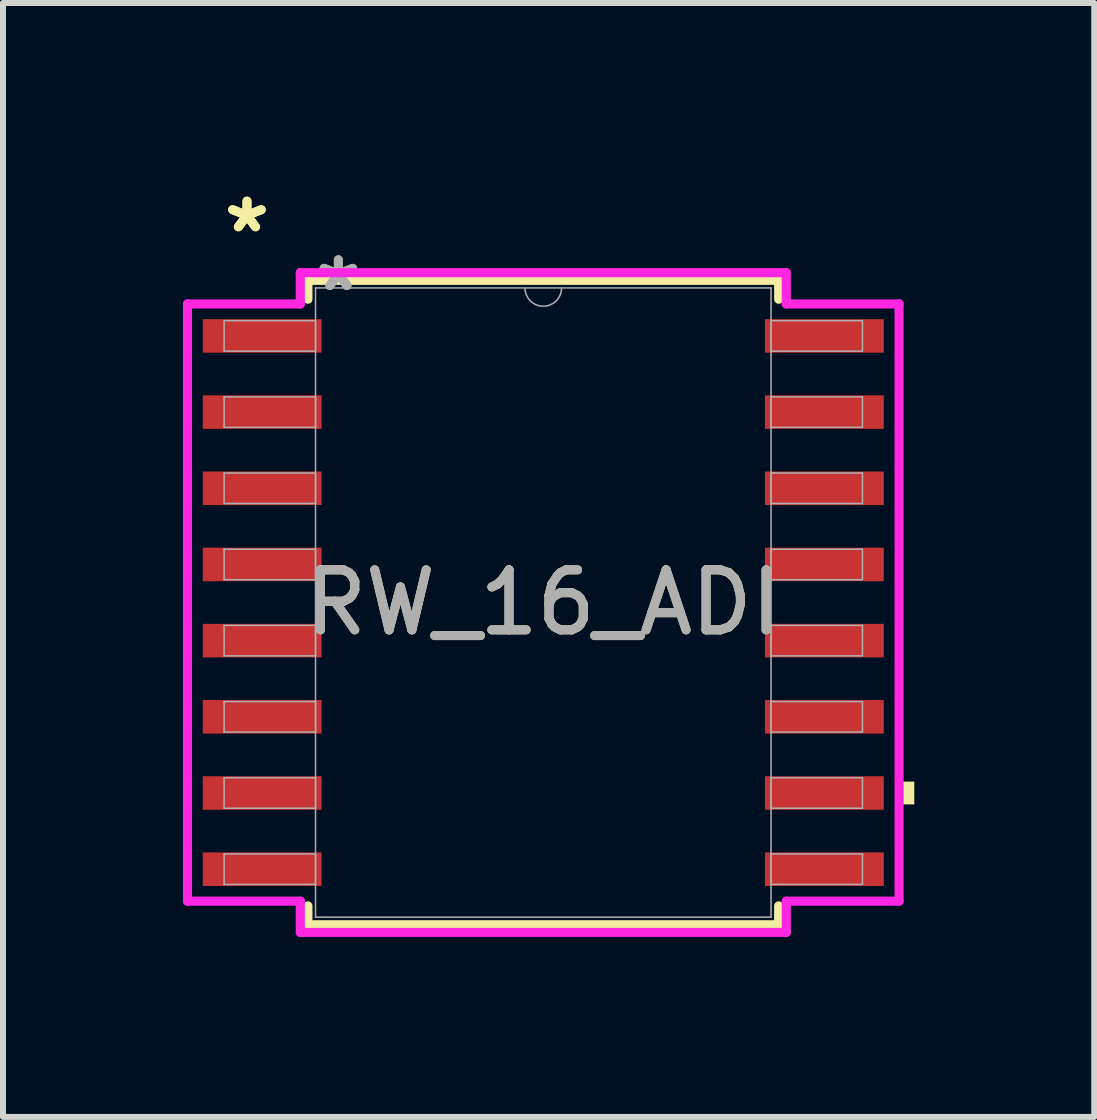
<source format=kicad_pcb>
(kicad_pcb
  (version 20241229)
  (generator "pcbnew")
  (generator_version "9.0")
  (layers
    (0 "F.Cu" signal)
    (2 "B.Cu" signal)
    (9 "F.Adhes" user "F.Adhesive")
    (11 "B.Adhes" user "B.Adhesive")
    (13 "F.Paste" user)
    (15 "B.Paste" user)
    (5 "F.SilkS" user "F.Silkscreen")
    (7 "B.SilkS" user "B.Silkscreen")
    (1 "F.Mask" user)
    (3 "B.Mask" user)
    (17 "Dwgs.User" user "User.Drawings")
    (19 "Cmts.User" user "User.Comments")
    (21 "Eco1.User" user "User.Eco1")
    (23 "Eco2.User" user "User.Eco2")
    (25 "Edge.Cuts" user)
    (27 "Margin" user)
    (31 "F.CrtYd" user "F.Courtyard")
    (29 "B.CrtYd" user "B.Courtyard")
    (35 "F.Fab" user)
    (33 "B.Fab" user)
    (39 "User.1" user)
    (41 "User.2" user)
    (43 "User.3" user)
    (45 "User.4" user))
  (footprint "RW_16_ADI"
    (layer "F.Cu")
    (at 6.007 6.995)
    (property "Reference" "RW_16_ADI" (at 0 0 0) (unlocked yes) (layer "F.SilkS") (effects (font (size 1 1) (thickness 0.15))))
    (attr smd)
    (fp_line (start -3.924 -5.372) (end -3.924 -5.057) (stroke (width 0.152) (type solid)) (layer "F.SilkS"))
    (fp_line (start -3.924 5.057) (end -3.924 5.372) (stroke (width 0.152) (type solid)) (layer "F.SilkS"))
    (fp_line (start -3.924 5.372) (end 3.924 5.372) (stroke (width 0.152) (type solid)) (layer "F.SilkS"))
    (fp_line (start 3.924 -5.372) (end -3.924 -5.372) (stroke (width 0.152) (type solid)) (layer "F.SilkS"))
    (fp_line (start 3.924 -5.057) (end 3.924 -5.372) (stroke (width 0.152) (type solid)) (layer "F.SilkS"))
    (fp_line (start 3.924 5.372) (end 3.924 5.057) (stroke (width 0.152) (type solid)) (layer "F.SilkS"))
    (fp_poly (pts (xy 6.185 2.985) (xy 6.185 3.365) (xy 5.931 3.365) (xy 5.931 2.985)) (stroke (width 0) (type solid)) (fill yes) (layer "F.SilkS"))
    (fp_line (start -5.931 -4.978) (end -4.051 -4.978) (stroke (width 0.152) (type solid)) (layer "F.CrtYd"))
    (fp_line (start -5.931 4.978) (end -5.931 -4.978) (stroke (width 0.152) (type solid)) (layer "F.CrtYd"))
    (fp_line (start -5.931 4.978) (end -4.051 4.978) (stroke (width 0.152) (type solid)) (layer "F.CrtYd"))
    (fp_line (start -4.051 -5.499) (end 4.051 -5.499) (stroke (width 0.152) (type solid)) (layer "F.CrtYd"))
    (fp_line (start -4.051 -4.978) (end -4.051 -5.499) (stroke (width 0.152) (type solid)) (layer "F.CrtYd"))
    (fp_line (start -4.051 5.499) (end -4.051 4.978) (stroke (width 0.152) (type solid)) (layer "F.CrtYd"))
    (fp_line (start 4.051 -5.499) (end 4.051 -4.978) (stroke (width 0.152) (type solid)) (layer "F.CrtYd"))
    (fp_line (start 4.051 4.978) (end 4.051 5.499) (stroke (width 0.152) (type solid)) (layer "F.CrtYd"))
    (fp_line (start 4.051 5.499) (end -4.051 5.499) (stroke (width 0.152) (type solid)) (layer "F.CrtYd"))
    (fp_line (start 5.931 -4.978) (end 4.051 -4.978) (stroke (width 0.152) (type solid)) (layer "F.CrtYd"))
    (fp_line (start 5.931 -4.978) (end 5.931 4.978) (stroke (width 0.152) (type solid)) (layer "F.CrtYd"))
    (fp_line (start 5.931 4.978) (end 4.051 4.978) (stroke (width 0.152) (type solid)) (layer "F.CrtYd"))
    (fp_line (start -5.321 -4.699) (end -5.321 -4.191) (stroke (width 0.025) (type solid)) (layer "F.Fab"))
    (fp_line (start -5.321 -4.191) (end -3.797 -4.191) (stroke (width 0.025) (type solid)) (layer "F.Fab"))
    (fp_line (start -5.321 -3.429) (end -5.321 -2.921) (stroke (width 0.025) (type solid)) (layer "F.Fab"))
    (fp_line (start -5.321 -2.921) (end -3.797 -2.921) (stroke (width 0.025) (type solid)) (layer "F.Fab"))
    (fp_line (start -5.321 -2.159) (end -5.321 -1.651) (stroke (width 0.025) (type solid)) (layer "F.Fab"))
    (fp_line (start -5.321 -1.651) (end -3.797 -1.651) (stroke (width 0.025) (type solid)) (layer "F.Fab"))
    (fp_line (start -5.321 -0.889) (end -5.321 -0.381) (stroke (width 0.025) (type solid)) (layer "F.Fab"))
    (fp_line (start -5.321 -0.381) (end -3.797 -0.381) (stroke (width 0.025) (type solid)) (layer "F.Fab"))
    (fp_line (start -5.321 0.381) (end -5.321 0.889) (stroke (width 0.025) (type solid)) (layer "F.Fab"))
    (fp_line (start -5.321 0.889) (end -3.797 0.889) (stroke (width 0.025) (type solid)) (layer "F.Fab"))
    (fp_line (start -5.321 1.651) (end -5.321 2.159) (stroke (width 0.025) (type solid)) (layer "F.Fab"))
    (fp_line (start -5.321 2.159) (end -3.797 2.159) (stroke (width 0.025) (type solid)) (layer "F.Fab"))
    (fp_line (start -5.321 2.921) (end -5.321 3.429) (stroke (width 0.025) (type solid)) (layer "F.Fab"))
    (fp_line (start -5.321 3.429) (end -3.797 3.429) (stroke (width 0.025) (type solid)) (layer "F.Fab"))
    (fp_line (start -5.321 4.191) (end -5.321 4.699) (stroke (width 0.025) (type solid)) (layer "F.Fab"))
    (fp_line (start -5.321 4.699) (end -3.797 4.699) (stroke (width 0.025) (type solid)) (layer "F.Fab"))
    (fp_line (start -3.797 -5.245) (end -3.797 5.245) (stroke (width 0.025) (type solid)) (layer "F.Fab"))
    (fp_line (start -3.797 -4.699) (end -5.321 -4.699) (stroke (width 0.025) (type solid)) (layer "F.Fab"))
    (fp_line (start -3.797 -4.191) (end -3.797 -4.699) (stroke (width 0.025) (type solid)) (layer "F.Fab"))
    (fp_line (start -3.797 -3.429) (end -5.321 -3.429) (stroke (width 0.025) (type solid)) (layer "F.Fab"))
    (fp_line (start -3.797 -2.921) (end -3.797 -3.429) (stroke (width 0.025) (type solid)) (layer "F.Fab"))
    (fp_line (start -3.797 -2.159) (end -5.321 -2.159) (stroke (width 0.025) (type solid)) (layer "F.Fab"))
    (fp_line (start -3.797 -1.651) (end -3.797 -2.159) (stroke (width 0.025) (type solid)) (layer "F.Fab"))
    (fp_line (start -3.797 -0.889) (end -5.321 -0.889) (stroke (width 0.025) (type solid)) (layer "F.Fab"))
    (fp_line (start -3.797 -0.381) (end -3.797 -0.889) (stroke (width 0.025) (type solid)) (layer "F.Fab"))
    (fp_line (start -3.797 0.381) (end -5.321 0.381) (stroke (width 0.025) (type solid)) (layer "F.Fab"))
    (fp_line (start -3.797 0.889) (end -3.797 0.381) (stroke (width 0.025) (type solid)) (layer "F.Fab"))
    (fp_line (start -3.797 1.651) (end -5.321 1.651) (stroke (width 0.025) (type solid)) (layer "F.Fab"))
    (fp_line (start -3.797 2.159) (end -3.797 1.651) (stroke (width 0.025) (type solid)) (layer "F.Fab"))
    (fp_line (start -3.797 2.921) (end -5.321 2.921) (stroke (width 0.025) (type solid)) (layer "F.Fab"))
    (fp_line (start -3.797 3.429) (end -3.797 2.921) (stroke (width 0.025) (type solid)) (layer "F.Fab"))
    (fp_line (start -3.797 4.191) (end -5.321 4.191) (stroke (width 0.025) (type solid)) (layer "F.Fab"))
    (fp_line (start -3.797 4.699) (end -3.797 4.191) (stroke (width 0.025) (type solid)) (layer "F.Fab"))
    (fp_line (start -3.797 5.245) (end 3.797 5.245) (stroke (width 0.025) (type solid)) (layer "F.Fab"))
    (fp_line (start 3.797 -5.245) (end -3.797 -5.245) (stroke (width 0.025) (type solid)) (layer "F.Fab"))
    (fp_line (start 3.797 -4.699) (end 3.797 -4.191) (stroke (width 0.025) (type solid)) (layer "F.Fab"))
    (fp_line (start 3.797 -4.191) (end 5.321 -4.191) (stroke (width 0.025) (type solid)) (layer "F.Fab"))
    (fp_line (start 3.797 -3.429) (end 3.797 -2.921) (stroke (width 0.025) (type solid)) (layer "F.Fab"))
    (fp_line (start 3.797 -2.921) (end 5.321 -2.921) (stroke (width 0.025) (type solid)) (layer "F.Fab"))
    (fp_line (start 3.797 -2.159) (end 3.797 -1.651) (stroke (width 0.025) (type solid)) (layer "F.Fab"))
    (fp_line (start 3.797 -1.651) (end 5.321 -1.651) (stroke (width 0.025) (type solid)) (layer "F.Fab"))
    (fp_line (start 3.797 -0.889) (end 3.797 -0.381) (stroke (width 0.025) (type solid)) (layer "F.Fab"))
    (fp_line (start 3.797 -0.381) (end 5.321 -0.381) (stroke (width 0.025) (type solid)) (layer "F.Fab"))
    (fp_line (start 3.797 0.381) (end 3.797 0.889) (stroke (width 0.025) (type solid)) (layer "F.Fab"))
    (fp_line (start 3.797 0.889) (end 5.321 0.889) (stroke (width 0.025) (type solid)) (layer "F.Fab"))
    (fp_line (start 3.797 1.651) (end 3.797 2.159) (stroke (width 0.025) (type solid)) (layer "F.Fab"))
    (fp_line (start 3.797 2.159) (end 5.321 2.159) (stroke (width 0.025) (type solid)) (layer "F.Fab"))
    (fp_line (start 3.797 2.921) (end 3.797 3.429) (stroke (width 0.025) (type solid)) (layer "F.Fab"))
    (fp_line (start 3.797 3.429) (end 5.321 3.429) (stroke (width 0.025) (type solid)) (layer "F.Fab"))
    (fp_line (start 3.797 4.191) (end 3.797 4.699) (stroke (width 0.025) (type solid)) (layer "F.Fab"))
    (fp_line (start 3.797 4.699) (end 5.321 4.699) (stroke (width 0.025) (type solid)) (layer "F.Fab"))
    (fp_line (start 3.797 5.245) (end 3.797 -5.245) (stroke (width 0.025) (type solid)) (layer "F.Fab"))
    (fp_line (start 5.321 -4.699) (end 3.797 -4.699) (stroke (width 0.025) (type solid)) (layer "F.Fab"))
    (fp_line (start 5.321 -4.191) (end 5.321 -4.699) (stroke (width 0.025) (type solid)) (layer "F.Fab"))
    (fp_line (start 5.321 -3.429) (end 3.797 -3.429) (stroke (width 0.025) (type solid)) (layer "F.Fab"))
    (fp_line (start 5.321 -2.921) (end 5.321 -3.429) (stroke (width 0.025) (type solid)) (layer "F.Fab"))
    (fp_line (start 5.321 -2.159) (end 3.797 -2.159) (stroke (width 0.025) (type solid)) (layer "F.Fab"))
    (fp_line (start 5.321 -1.651) (end 5.321 -2.159) (stroke (width 0.025) (type solid)) (layer "F.Fab"))
    (fp_line (start 5.321 -0.889) (end 3.797 -0.889) (stroke (width 0.025) (type solid)) (layer "F.Fab"))
    (fp_line (start 5.321 -0.381) (end 5.321 -0.889) (stroke (width 0.025) (type solid)) (layer "F.Fab"))
    (fp_line (start 5.321 0.381) (end 3.797 0.381) (stroke (width 0.025) (type solid)) (layer "F.Fab"))
    (fp_line (start 5.321 0.889) (end 5.321 0.381) (stroke (width 0.025) (type solid)) (layer "F.Fab"))
    (fp_line (start 5.321 1.651) (end 3.797 1.651) (stroke (width 0.025) (type solid)) (layer "F.Fab"))
    (fp_line (start 5.321 2.159) (end 5.321 1.651) (stroke (width 0.025) (type solid)) (layer "F.Fab"))
    (fp_line (start 5.321 2.921) (end 3.797 2.921) (stroke (width 0.025) (type solid)) (layer "F.Fab"))
    (fp_line (start 5.321 3.429) (end 5.321 2.921) (stroke (width 0.025) (type solid)) (layer "F.Fab"))
    (fp_line (start 5.321 4.191) (end 3.797 4.191) (stroke (width 0.025) (type solid)) (layer "F.Fab"))
    (fp_line (start 5.321 4.699) (end 5.321 4.191) (stroke (width 0.025) (type solid)) (layer "F.Fab"))
    (fp_arc (start 0.3048 -5.2451) (mid 0 -4.9403) (end -0.3048 -5.2451) (stroke (width 0.0254) (type solid)) (layer "F.Fab"))
    (fp_text user "*" (at -4.94 -6.147 0) (layer "F.SilkS") (effects (font (size 1 1) (thickness 0.15))))
    (fp_text user "*" (at -4.94 -6.147 0) (unlocked yes) (layer "F.SilkS") (effects (font (size 1 1) (thickness 0.15))))
    (fp_text user "*" (at -3.416 -5.169 0) (unlocked yes) (layer "F.Fab") (effects (font (size 1 1) (thickness 0.15))))
    (fp_text user "*" (at -3.416 -5.169 0) (layer "F.Fab") (effects (font (size 1 1) (thickness 0.15))))
    (fp_text user "${REFERENCE}" (at 0 0 0) (unlocked yes) (layer "F.Fab") (effects (font (size 1 1) (thickness 0.15))))
    (pad "1" smd rect (at -4.686 -4.445) (size 1.981 0.559) (layers "F.Cu" "F.Mask" "F.Paste"))
    (pad "2" smd rect (at -4.686 -3.175) (size 1.981 0.559) (layers "F.Cu" "F.Mask" "F.Paste"))
    (pad "3" smd rect (at -4.686 -1.905) (size 1.981 0.559) (layers "F.Cu" "F.Mask" "F.Paste"))
    (pad "4" smd rect (at -4.686 -0.635) (size 1.981 0.559) (layers "F.Cu" "F.Mask" "F.Paste"))
    (pad "5" smd rect (at -4.686 0.635) (size 1.981 0.559) (layers "F.Cu" "F.Mask" "F.Paste"))
    (pad "6" smd rect (at -4.686 1.905) (size 1.981 0.559) (layers "F.Cu" "F.Mask" "F.Paste"))
    (pad "7" smd rect (at -4.686 3.175) (size 1.981 0.559) (layers "F.Cu" "F.Mask" "F.Paste"))
    (pad "8" smd rect (at -4.686 4.445) (size 1.981 0.559) (layers "F.Cu" "F.Mask" "F.Paste"))
    (pad "9" smd rect (at 4.686 4.445) (size 1.981 0.559) (layers "F.Cu" "F.Mask" "F.Paste"))
    (pad "10" smd rect (at 4.686 3.175) (size 1.981 0.559) (layers "F.Cu" "F.Mask" "F.Paste"))
    (pad "11" smd rect (at 4.686 1.905) (size 1.981 0.559) (layers "F.Cu" "F.Mask" "F.Paste"))
    (pad "12" smd rect (at 4.686 0.635) (size 1.981 0.559) (layers "F.Cu" "F.Mask" "F.Paste"))
    (pad "13" smd rect (at 4.686 -0.635) (size 1.981 0.559) (layers "F.Cu" "F.Mask" "F.Paste"))
    (pad "14" smd rect (at 4.686 -1.905) (size 1.981 0.559) (layers "F.Cu" "F.Mask" "F.Paste"))
    (pad "15" smd rect (at 4.686 -3.175) (size 1.981 0.559) (layers "F.Cu" "F.Mask" "F.Paste"))
    (pad "16" smd rect (at 4.686 -4.445) (size 1.981 0.559) (layers "F.Cu" "F.Mask" "F.Paste")))
  (gr_rect
    (start -3 -3)
    (end 15.192 15.57)
    (stroke (width 0.1) (type default))
    (fill no)
    (layer "Edge.Cuts")))
</source>
